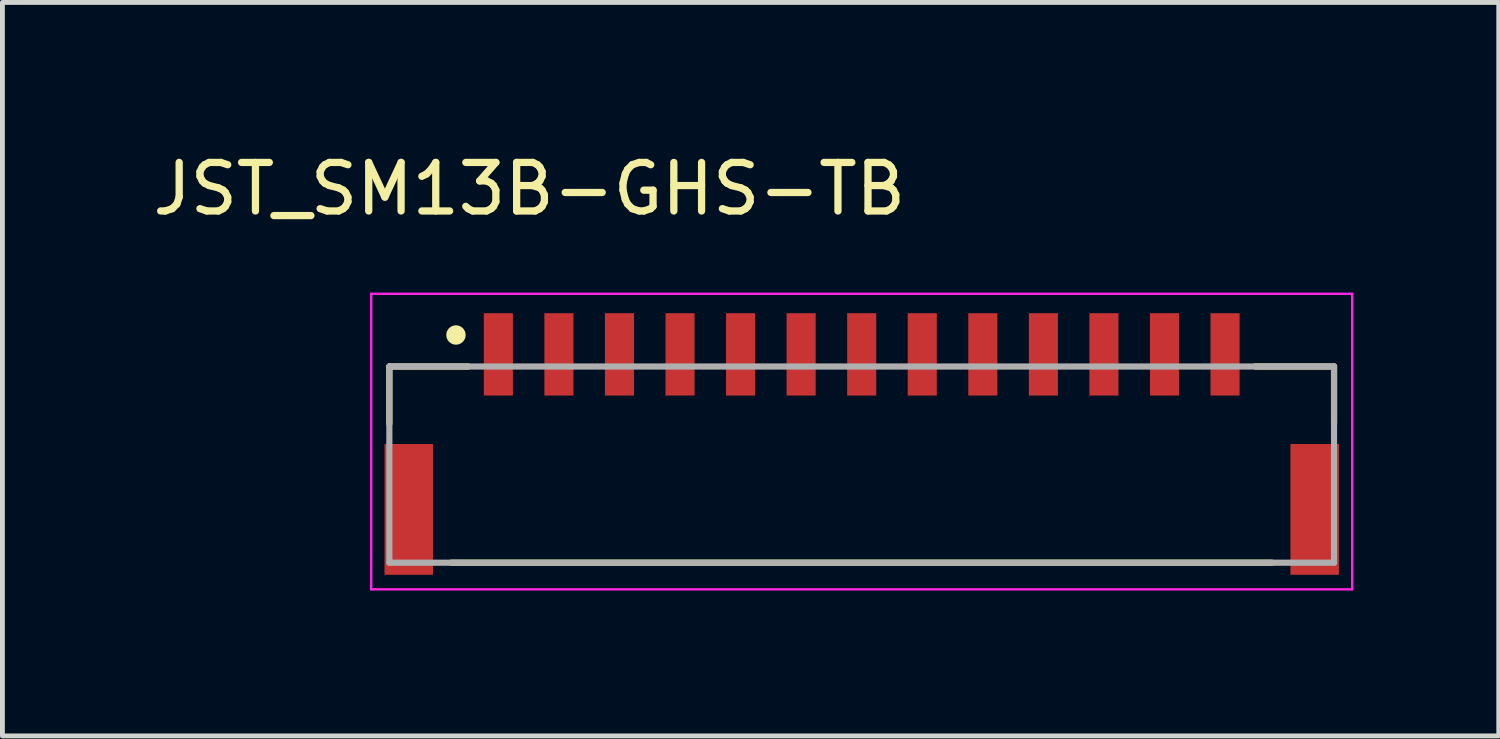
<source format=kicad_pcb>
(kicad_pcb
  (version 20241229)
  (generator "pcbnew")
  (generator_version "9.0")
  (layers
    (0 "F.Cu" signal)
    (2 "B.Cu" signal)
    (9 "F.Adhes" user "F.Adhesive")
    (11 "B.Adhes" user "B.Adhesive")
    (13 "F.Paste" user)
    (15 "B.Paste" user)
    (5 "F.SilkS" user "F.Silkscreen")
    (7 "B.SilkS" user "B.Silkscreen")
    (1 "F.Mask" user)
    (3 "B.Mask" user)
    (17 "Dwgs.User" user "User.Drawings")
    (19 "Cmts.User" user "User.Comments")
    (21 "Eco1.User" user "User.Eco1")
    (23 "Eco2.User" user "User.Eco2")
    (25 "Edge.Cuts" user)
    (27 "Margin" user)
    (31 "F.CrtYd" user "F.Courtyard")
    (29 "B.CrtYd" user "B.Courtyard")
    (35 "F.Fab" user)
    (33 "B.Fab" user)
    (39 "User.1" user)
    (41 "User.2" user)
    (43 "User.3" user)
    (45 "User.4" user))
  (footprint "JST_SM13B-GHS-TB"
    (layer "F.Cu")
    (at 14.737 7.465)
    (property "Reference" "JST_SM13B-GHS-TB" (at -6.86 -6.616 0) (layer "F.SilkS") (effects (font (size 1.002 1.002) (thickness 0.15))))
    (attr smd)
    (fp_line (start -9.75 -2.95) (end -8.12 -2.95) (stroke (width 0.127) (type solid)) (layer "F.SilkS"))
    (fp_line (start -9.75 -1.77) (end -9.75 -2.95) (stroke (width 0.127) (type solid)) (layer "F.SilkS"))
    (fp_line (start -8.475 1.1) (end 8.475 1.1) (stroke (width 0.127) (type solid)) (layer "F.SilkS"))
    (fp_line (start 9.75 -2.95) (end 8.12 -2.95) (stroke (width 0.127) (type solid)) (layer "F.SilkS"))
    (fp_line (start 9.75 -1.78) (end 9.75 -2.95) (stroke (width 0.127) (type solid)) (layer "F.SilkS"))
    (fp_circle (center -8.375 -3.6) (end -8.275 -3.6) (stroke (width 0.2) (type solid)) (fill no) (layer "F.SilkS"))
    (fp_line (start -10.125 -4.45) (end 10.125 -4.45) (stroke (width 0.05) (type solid)) (layer "F.CrtYd"))
    (fp_line (start -10.125 1.65) (end -10.125 -4.45) (stroke (width 0.05) (type solid)) (layer "F.CrtYd"))
    (fp_line (start 10.125 -4.45) (end 10.125 1.65) (stroke (width 0.05) (type solid)) (layer "F.CrtYd"))
    (fp_line (start 10.125 1.65) (end -10.125 1.65) (stroke (width 0.05) (type solid)) (layer "F.CrtYd"))
    (fp_line (start -9.75 -2.95) (end 9.75 -2.95) (stroke (width 0.127) (type solid)) (layer "F.Fab"))
    (fp_line (start -9.75 1.1) (end -9.75 -2.95) (stroke (width 0.127) (type solid)) (layer "F.Fab"))
    (fp_line (start 9.75 -2.95) (end 9.75 1.1) (stroke (width 0.127) (type solid)) (layer "F.Fab"))
    (fp_line (start 9.75 1.1) (end -9.75 1.1) (stroke (width 0.127) (type solid)) (layer "F.Fab"))
    (pad "1" smd rect (at -7.5 -3.2) (size 0.6 1.7) (layers "F.Cu" "F.Mask" "F.Paste"))
    (pad "2" smd rect (at -6.25 -3.2) (size 0.6 1.7) (layers "F.Cu" "F.Mask" "F.Paste"))
    (pad "3" smd rect (at -5 -3.2) (size 0.6 1.7) (layers "F.Cu" "F.Mask" "F.Paste"))
    (pad "4" smd rect (at -3.75 -3.2) (size 0.6 1.7) (layers "F.Cu" "F.Mask" "F.Paste"))
    (pad "5" smd rect (at -2.5 -3.2) (size 0.6 1.7) (layers "F.Cu" "F.Mask" "F.Paste"))
    (pad "6" smd rect (at -1.25 -3.2) (size 0.6 1.7) (layers "F.Cu" "F.Mask" "F.Paste"))
    (pad "7" smd rect (at 0 -3.2) (size 0.6 1.7) (layers "F.Cu" "F.Mask" "F.Paste"))
    (pad "8" smd rect (at 1.25 -3.2) (size 0.6 1.7) (layers "F.Cu" "F.Mask" "F.Paste"))
    (pad "9" smd rect (at 2.5 -3.2) (size 0.6 1.7) (layers "F.Cu" "F.Mask" "F.Paste"))
    (pad "10" smd rect (at 3.75 -3.2) (size 0.6 1.7) (layers "F.Cu" "F.Mask" "F.Paste"))
    (pad "11" smd rect (at 5 -3.2) (size 0.6 1.7) (layers "F.Cu" "F.Mask" "F.Paste"))
    (pad "12" smd rect (at 6.25 -3.2) (size 0.6 1.7) (layers "F.Cu" "F.Mask" "F.Paste"))
    (pad "13" smd rect (at 7.5 -3.2) (size 0.6 1.7) (layers "F.Cu" "F.Mask" "F.Paste"))
    (pad "SH1" smd rect (at -9.35 0) (size 1 2.7) (layers "F.Cu" "F.Mask" "F.Paste"))
    (pad "SH2" smd rect (at 9.35 0) (size 1 2.7) (layers "F.Cu" "F.Mask" "F.Paste")))
  (gr_rect
    (start -3 -3)
    (end 27.887 12.14)
    (stroke (width 0.1) (type default))
    (fill no)
    (layer "Edge.Cuts")))
</source>
